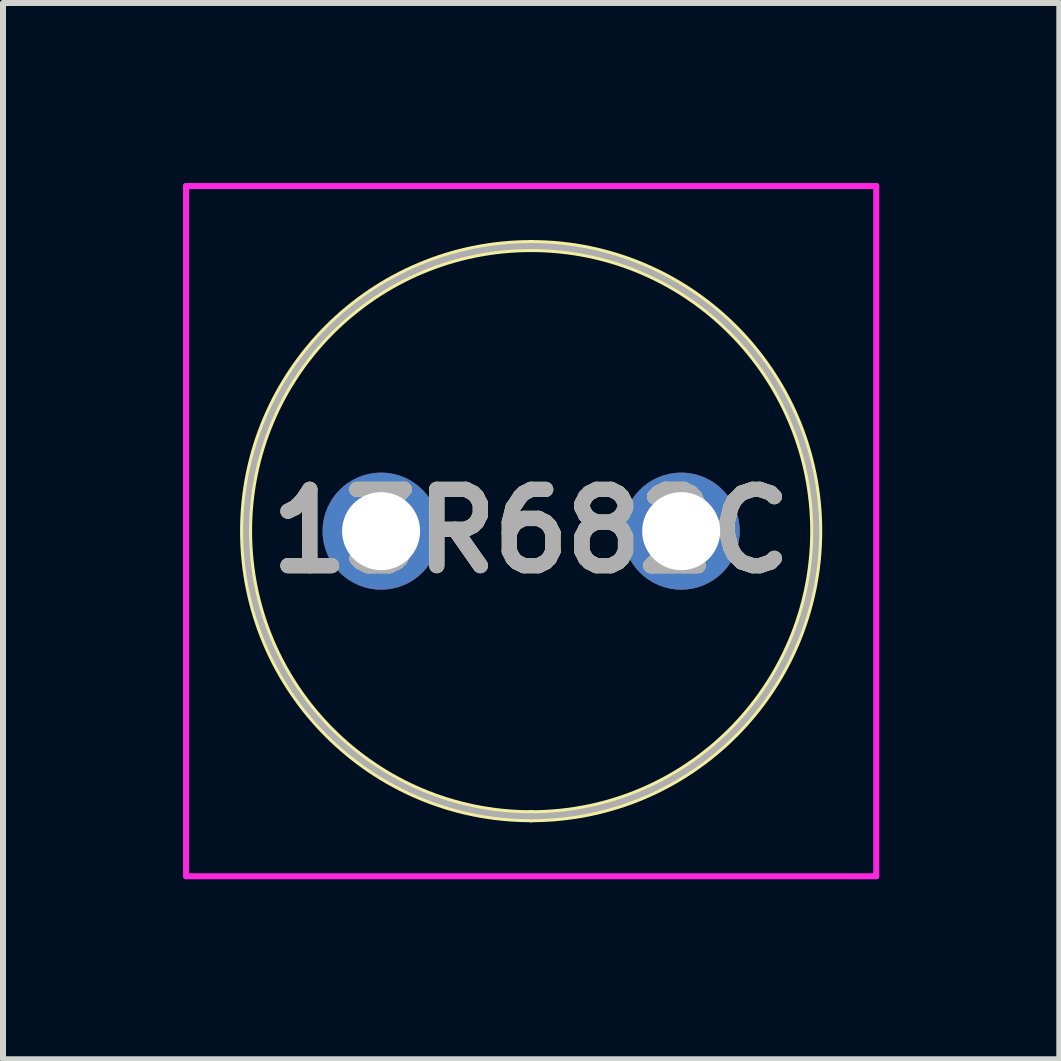
<source format=kicad_pcb>
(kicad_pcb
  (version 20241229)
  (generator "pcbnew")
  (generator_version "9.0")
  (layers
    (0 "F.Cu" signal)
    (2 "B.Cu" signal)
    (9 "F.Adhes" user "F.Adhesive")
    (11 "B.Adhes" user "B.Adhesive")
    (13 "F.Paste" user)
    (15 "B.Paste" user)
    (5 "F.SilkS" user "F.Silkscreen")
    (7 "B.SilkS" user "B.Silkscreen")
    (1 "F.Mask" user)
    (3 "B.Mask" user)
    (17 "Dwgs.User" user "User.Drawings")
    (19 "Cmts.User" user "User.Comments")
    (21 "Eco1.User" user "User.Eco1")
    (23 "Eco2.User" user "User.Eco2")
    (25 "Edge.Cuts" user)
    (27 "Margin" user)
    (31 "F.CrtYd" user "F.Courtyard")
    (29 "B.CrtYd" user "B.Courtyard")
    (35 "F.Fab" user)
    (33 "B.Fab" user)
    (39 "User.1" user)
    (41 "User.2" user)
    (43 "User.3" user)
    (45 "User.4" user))
  (footprint "13R682C"
    (layer "F.Cu")
    (at 8.3 5.8)
    (property "Reference" "13R682C" (at -2.5 0 0) (layer "F.SilkS") (effects (font (size 1.27 1.27) (thickness 0.254))))
    (attr through_hole)
    (fp_line (start -2.5 -4.75) (end -2.5 -4.75) (stroke (width 0.2) (type solid)) (layer "F.SilkS"))
    (fp_line (start -2.5 4.75) (end -2.5 4.75) (stroke (width 0.2) (type solid)) (layer "F.SilkS"))
    (fp_arc (start -2.5 -4.75) (mid 2.25 0) (end -2.5 4.75) (stroke (width 0.2) (type solid)) (layer "F.SilkS"))
    (fp_arc (start -2.5 4.75) (mid -7.25 0) (end -2.5 -4.75) (stroke (width 0.2) (type solid)) (layer "F.SilkS"))
    (fp_line (start -8.25 -5.75) (end 3.25 -5.75) (stroke (width 0.1) (type solid)) (layer "F.CrtYd"))
    (fp_line (start -8.25 5.75) (end -8.25 -5.75) (stroke (width 0.1) (type solid)) (layer "F.CrtYd"))
    (fp_line (start 3.25 -5.75) (end 3.25 5.75) (stroke (width 0.1) (type solid)) (layer "F.CrtYd"))
    (fp_line (start 3.25 5.75) (end -8.25 5.75) (stroke (width 0.1) (type solid)) (layer "F.CrtYd"))
    (fp_line (start -2.5 -4.75) (end -2.5 -4.75) (stroke (width 0.1) (type solid)) (layer "F.Fab"))
    (fp_line (start -2.5 4.75) (end -2.5 4.75) (stroke (width 0.1) (type solid)) (layer "F.Fab"))
    (fp_arc (start -2.5 -4.75) (mid 2.25 0) (end -2.5 4.75) (stroke (width 0.1) (type solid)) (layer "F.Fab"))
    (fp_arc (start -2.5 4.75) (mid -7.25 0) (end -2.5 -4.75) (stroke (width 0.1) (type solid)) (layer "F.Fab"))
    (fp_text user "${REFERENCE}" (at -2.5 0 0) (layer "F.Fab") (effects (font (size 1.27 1.27) (thickness 0.254))))
    (pad "1" thru_hole circle (at 0 0) (size 1.95 1.95) (drill 1.3) (layers "*.Cu" "*.Mask"))
    (pad "2" thru_hole circle (at -5 0) (size 1.95 1.95) (drill 1.3) (layers "*.Cu" "*.Mask")))
  (gr_rect
    (start -3 -3)
    (end 14.6 14.6)
    (stroke (width 0.1) (type default))
    (fill no)
    (layer "Edge.Cuts")))
</source>
